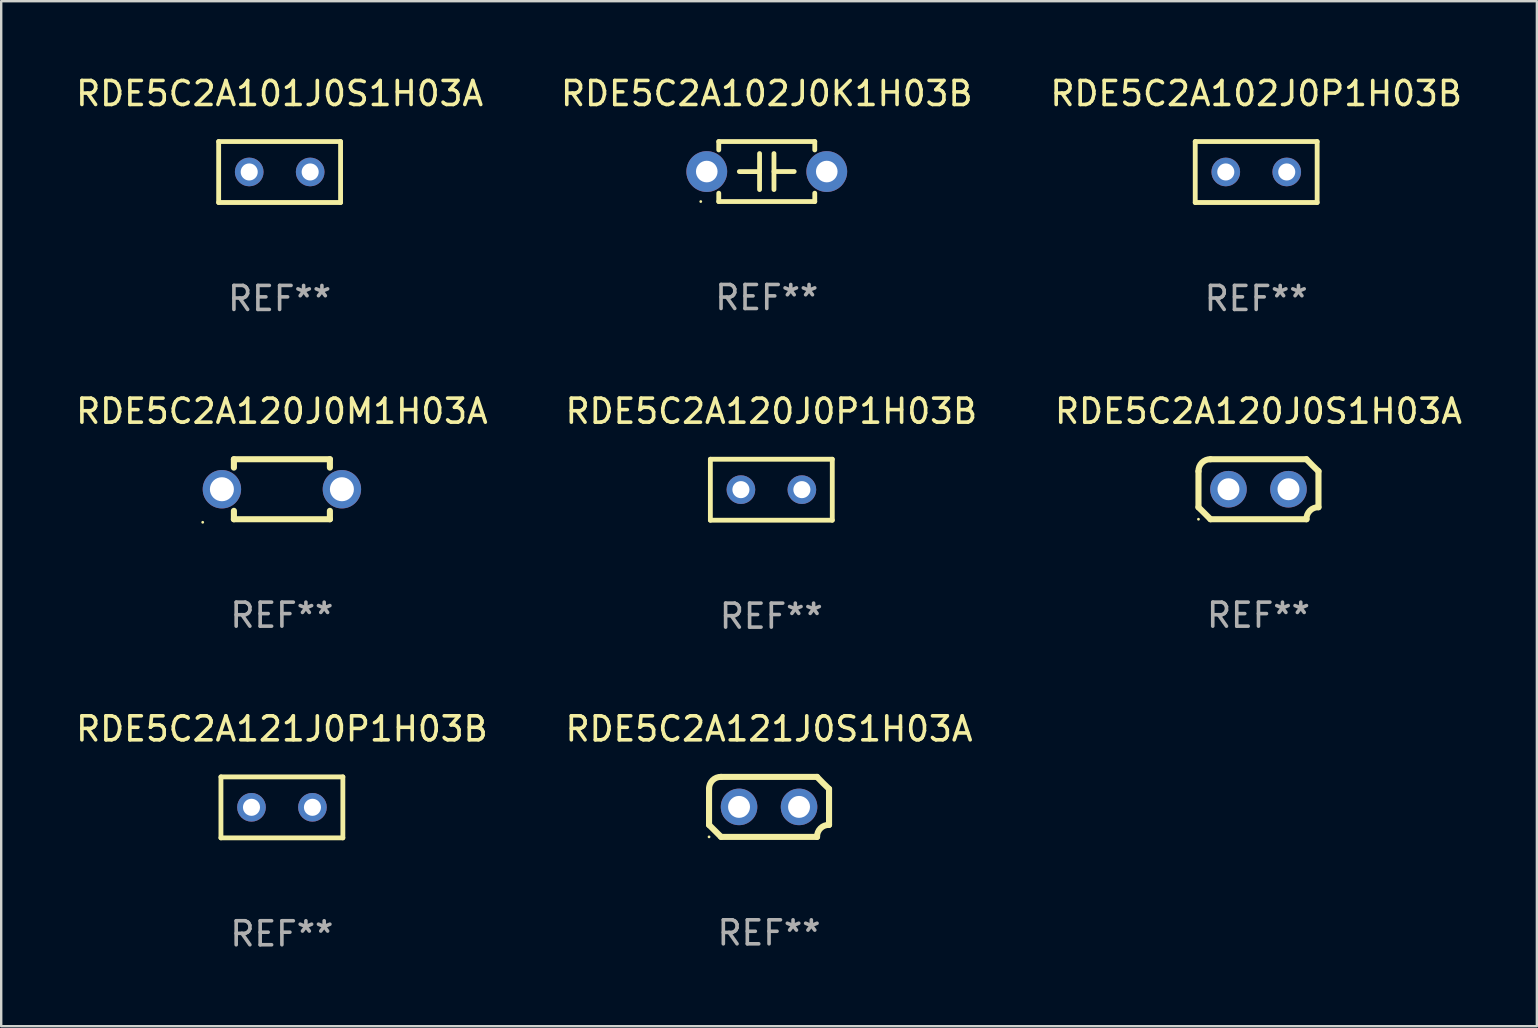
<source format=kicad_pcb>
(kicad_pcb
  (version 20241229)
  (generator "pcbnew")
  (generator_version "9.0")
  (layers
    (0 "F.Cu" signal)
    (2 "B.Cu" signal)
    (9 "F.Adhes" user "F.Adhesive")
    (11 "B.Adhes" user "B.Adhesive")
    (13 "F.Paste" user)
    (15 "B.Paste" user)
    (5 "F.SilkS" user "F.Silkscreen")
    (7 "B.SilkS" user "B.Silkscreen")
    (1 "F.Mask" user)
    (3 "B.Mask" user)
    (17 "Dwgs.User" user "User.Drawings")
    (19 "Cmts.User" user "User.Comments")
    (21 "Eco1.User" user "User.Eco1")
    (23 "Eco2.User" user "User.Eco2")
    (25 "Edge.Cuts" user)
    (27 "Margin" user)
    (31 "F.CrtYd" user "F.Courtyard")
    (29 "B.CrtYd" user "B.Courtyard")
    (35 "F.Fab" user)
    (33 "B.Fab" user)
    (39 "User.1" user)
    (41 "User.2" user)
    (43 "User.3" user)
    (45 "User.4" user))
  (footprint "RDE5C2A101J0S1H03A"
    (layer "F.Cu")
    (at 8.601 4.118)
    (property "Reference" "RDE5C2A101J0S1H03A" (at 0 -3.27 0) (layer "F.SilkS") (effects (font (size 1 1) (thickness 0.15))))
    (attr through_hole)
    (fp_line (start -2.54 -1.27) (end -2.54 1.27) (stroke (width 0.201) (type solid)) (layer "F.SilkS"))
    (fp_line (start -2.54 1.27) (end 2.54 1.27) (stroke (width 0.201) (type solid)) (layer "F.SilkS"))
    (fp_line (start 2.54 -1.27) (end -2.54 -1.27) (stroke (width 0.201) (type solid)) (layer "F.SilkS"))
    (fp_line (start 2.54 1.27) (end 2.54 -1.27) (stroke (width 0.201) (type solid)) (layer "F.SilkS"))
    (fp_circle (center -2.497 1.247) (end -2.467 1.247) (stroke (width 0.06) (type solid)) (fill no) (layer "F.SilkS"))
    (fp_text user "REF**" (at 0 5.27 0) (layer "F.Fab") (effects (font (size 1 1) (thickness 0.15))))
    (pad "1" thru_hole circle (at -1.267 -0.003) (size 1.194 1.194) (drill 0.711) (layers "*.Cu" "*.Mask"))
    (pad "2" thru_hole circle (at 1.273 -0.003) (size 1.194 1.194) (drill 0.711) (layers "*.Cu" "*.Mask")))
  (footprint "RDE5C2A121J0S1H03A"
    (layer "F.Cu")
    (at 28.994 30.571)
    (property "Reference" "RDE5C2A121J0S1H03A" (at 0 -3.25 0) (layer "F.SilkS") (effects (font (size 1 1) (thickness 0.15))))
    (attr through_hole)
    (fp_line (start -2.5 -0.75) (end -2.5 0.75) (stroke (width 0.254) (type solid)) (layer "F.SilkS"))
    (fp_line (start -2 -1.25) (end 2 -1.25) (stroke (width 0.254) (type solid)) (layer "F.SilkS"))
    (fp_line (start 2 1.25) (end -2 1.25) (stroke (width 0.254) (type solid)) (layer "F.SilkS"))
    (fp_line (start 2.5 0.75) (end 2.5 -0.75) (stroke (width 0.254) (type solid)) (layer "F.SilkS"))
    (fp_arc (start -2.5 0.749962) (mid -2.249559 0.999558) (end -1.99929 1.249325) (stroke (width 0.254001) (type solid)) (layer "F.SilkS"))
    (fp_arc (start -2.499366 -0.749302) (mid -2.356411 -1.106098) (end -2 -1.250013) (stroke (width 0.254001) (type solid)) (layer "F.SilkS"))
    (fp_arc (start 2 1.250013) (mid 2.142747 0.89301) (end 2.499364 0.749302) (stroke (width 0.254001) (type solid)) (layer "F.SilkS"))
    (fp_arc (start 2.5 -0.749962) (mid 2.245609 -0.995598) (end 1.999289 -1.249327) (stroke (width 0.254001) (type solid)) (layer "F.SilkS"))
    (fp_circle (center -2.5 1.25) (end -2.47 1.25) (stroke (width 0.06) (type solid)) (fill no) (layer "F.SilkS"))
    (fp_text user "REF**" (at 0 5.25 0) (layer "F.Fab") (effects (font (size 1 1) (thickness 0.15))))
    (pad "1" thru_hole circle (at -1.25 0) (size 1.524 1.524) (drill 0.914) (layers "*.Cu" "*.Mask"))
    (pad "2" thru_hole circle (at 1.25 0) (size 1.524 1.524) (drill 0.914) (layers "*.Cu" "*.Mask")))
  (footprint "RDE5C2A120J0S1H03A"
    (layer "F.Cu")
    (at 49.387 17.335)
    (property "Reference" "RDE5C2A120J0S1H03A" (at 0 -3.25 0) (layer "F.SilkS") (effects (font (size 1 1) (thickness 0.15))))
    (attr through_hole)
    (fp_line (start -2.5 -0.75) (end -2.5 0.75) (stroke (width 0.254) (type solid)) (layer "F.SilkS"))
    (fp_line (start -2 -1.25) (end 2 -1.25) (stroke (width 0.254) (type solid)) (layer "F.SilkS"))
    (fp_line (start 2 1.25) (end -2 1.25) (stroke (width 0.254) (type solid)) (layer "F.SilkS"))
    (fp_line (start 2.5 0.75) (end 2.5 -0.75) (stroke (width 0.254) (type solid)) (layer "F.SilkS"))
    (fp_arc (start -2.5 0.749962) (mid -2.249559 0.999558) (end -1.99929 1.249325) (stroke (width 0.254001) (type solid)) (layer "F.SilkS"))
    (fp_arc (start -2.499366 -0.749302) (mid -2.356411 -1.106098) (end -2 -1.250013) (stroke (width 0.254001) (type solid)) (layer "F.SilkS"))
    (fp_arc (start 2 1.250013) (mid 2.142747 0.89301) (end 2.499364 0.749302) (stroke (width 0.254001) (type solid)) (layer "F.SilkS"))
    (fp_arc (start 2.5 -0.749962) (mid 2.245609 -0.995598) (end 1.999289 -1.249327) (stroke (width 0.254001) (type solid)) (layer "F.SilkS"))
    (fp_circle (center -2.5 1.25) (end -2.47 1.25) (stroke (width 0.06) (type solid)) (fill no) (layer "F.SilkS"))
    (fp_text user "REF**" (at 0 5.25 0) (layer "F.Fab") (effects (font (size 1 1) (thickness 0.15))))
    (pad "1" thru_hole circle (at -1.25 0) (size 1.524 1.524) (drill 0.914) (layers "*.Cu" "*.Mask"))
    (pad "2" thru_hole circle (at 1.25 0) (size 1.524 1.524) (drill 0.914) (layers "*.Cu" "*.Mask")))
  (footprint "RDE5C2A121J0P1H03B"
    (layer "F.Cu")
    (at 8.696 30.591)
    (property "Reference" "RDE5C2A121J0P1H03B" (at 0 -3.27 0) (layer "F.SilkS") (effects (font (size 1 1) (thickness 0.15))))
    (attr through_hole)
    (fp_line (start -2.54 -1.27) (end -2.54 1.27) (stroke (width 0.201) (type solid)) (layer "F.SilkS"))
    (fp_line (start -2.54 1.27) (end 2.54 1.27) (stroke (width 0.201) (type solid)) (layer "F.SilkS"))
    (fp_line (start 2.54 -1.27) (end -2.54 -1.27) (stroke (width 0.201) (type solid)) (layer "F.SilkS"))
    (fp_line (start 2.54 1.27) (end 2.54 -1.27) (stroke (width 0.201) (type solid)) (layer "F.SilkS"))
    (fp_circle (center -2.497 1.247) (end -2.467 1.247) (stroke (width 0.06) (type solid)) (fill no) (layer "F.SilkS"))
    (fp_text user "REF**" (at 0 5.27 0) (layer "F.Fab") (effects (font (size 1 1) (thickness 0.15))))
    (pad "1" thru_hole circle (at -1.267 -0.003) (size 1.194 1.194) (drill 0.711) (layers "*.Cu" "*.Mask"))
    (pad "2" thru_hole circle (at 1.273 -0.003) (size 1.194 1.194) (drill 0.711) (layers "*.Cu" "*.Mask")))
  (footprint "RDE5C2A102J0K1H03B"
    (layer "F.Cu")
    (at 28.899 4.098)
    (property "Reference" "RDE5C2A102J0K1H03B" (at 0 -3.25 0) (layer "F.SilkS") (effects (font (size 1 1) (thickness 0.15))))
    (attr through_hole)
    (fp_line (start -2 -1.25) (end -2 -0.901) (stroke (width 0.2) (type solid)) (layer "F.SilkS"))
    (fp_line (start -2 -1.25) (end 2 -1.25) (stroke (width 0.2) (type solid)) (layer "F.SilkS"))
    (fp_line (start -2 0.901) (end -2 1.25) (stroke (width 0.2) (type solid)) (layer "F.SilkS"))
    (fp_line (start -0.3 -0.75) (end -0.3 0.75) (stroke (width 0.2) (type solid)) (layer "F.SilkS"))
    (fp_line (start -0.3 0.001) (end -1.143 0.001) (stroke (width 0.2) (type solid)) (layer "F.SilkS"))
    (fp_line (start 0.3 -0.001) (end 1.143 -0.001) (stroke (width 0.2) (type solid)) (layer "F.SilkS"))
    (fp_line (start 0.3 0.75) (end 0.3 -0.75) (stroke (width 0.2) (type solid)) (layer "F.SilkS"))
    (fp_line (start 2 -1.25) (end 2 -0.901) (stroke (width 0.2) (type solid)) (layer "F.SilkS"))
    (fp_line (start 2 0.901) (end 2 1.25) (stroke (width 0.2) (type solid)) (layer "F.SilkS"))
    (fp_line (start 2 1.25) (end -2 1.25) (stroke (width 0.2) (type solid)) (layer "F.SilkS"))
    (fp_circle (center -2.75 1.25) (end -2.72 1.25) (stroke (width 0.06) (type solid)) (fill no) (layer "F.SilkS"))
    (fp_text user "REF**" (at 0 5.25 0) (layer "F.Fab") (effects (font (size 1 1) (thickness 0.15))))
    (pad "1" thru_hole circle (at -2.5 0) (size 1.7 1.7) (drill 0.9) (layers "*.Cu" "*.Mask"))
    (pad "2" thru_hole circle (at 2.5 0) (size 1.7 1.7) (drill 0.9) (layers "*.Cu" "*.Mask")))
  (footprint "RDE5C2A120J0M1H03A"
    (layer "F.Cu")
    (at 8.696 17.335)
    (property "Reference" "RDE5C2A120J0M1H03A" (at 0 -3.25 0) (layer "F.SilkS") (effects (font (size 1 1) (thickness 0.15))))
    (attr through_hole)
    (fp_line (start -2 -1.25) (end -2 -0.901) (stroke (width 0.254) (type solid)) (layer "F.SilkS"))
    (fp_line (start -2 -1.25) (end 2 -1.25) (stroke (width 0.254) (type solid)) (layer "F.SilkS"))
    (fp_line (start -2 0.901) (end -2 1.25) (stroke (width 0.254) (type solid)) (layer "F.SilkS"))
    (fp_line (start 2 -1.25) (end 2 -0.901) (stroke (width 0.254) (type solid)) (layer "F.SilkS"))
    (fp_line (start 2 0.901) (end 2 1.25) (stroke (width 0.254) (type solid)) (layer "F.SilkS"))
    (fp_line (start 2 1.25) (end -2 1.25) (stroke (width 0.254) (type solid)) (layer "F.SilkS"))
    (fp_circle (center -3.3 1.377) (end -3.27 1.377) (stroke (width 0.06) (type solid)) (fill no) (layer "F.SilkS"))
    (fp_text user "REF**" (at 0 5.25 0) (layer "F.Fab") (effects (font (size 1 1) (thickness 0.15))))
    (pad "1" thru_hole circle (at -2.5 0) (size 1.6 1.6) (drill 1) (layers "*.Cu" "*.Mask"))
    (pad "2" thru_hole circle (at 2.5 0) (size 1.6 1.6) (drill 1) (layers "*.Cu" "*.Mask")))
  (footprint "RDE5C2A120J0P1H03B"
    (layer "F.Cu")
    (at 29.089 17.355)
    (property "Reference" "RDE5C2A120J0P1H03B" (at 0 -3.27 0) (layer "F.SilkS") (effects (font (size 1 1) (thickness 0.15))))
    (attr through_hole)
    (fp_line (start -2.54 -1.27) (end -2.54 1.27) (stroke (width 0.201) (type solid)) (layer "F.SilkS"))
    (fp_line (start -2.54 1.27) (end 2.54 1.27) (stroke (width 0.201) (type solid)) (layer "F.SilkS"))
    (fp_line (start 2.54 -1.27) (end -2.54 -1.27) (stroke (width 0.201) (type solid)) (layer "F.SilkS"))
    (fp_line (start 2.54 1.27) (end 2.54 -1.27) (stroke (width 0.201) (type solid)) (layer "F.SilkS"))
    (fp_circle (center -2.497 1.247) (end -2.467 1.247) (stroke (width 0.06) (type solid)) (fill no) (layer "F.SilkS"))
    (fp_text user "REF**" (at 0 5.27 0) (layer "F.Fab") (effects (font (size 1 1) (thickness 0.15))))
    (pad "1" thru_hole circle (at -1.267 -0.003) (size 1.194 1.194) (drill 0.711) (layers "*.Cu" "*.Mask"))
    (pad "2" thru_hole circle (at 1.273 -0.003) (size 1.194 1.194) (drill 0.711) (layers "*.Cu" "*.Mask")))
  (footprint "RDE5C2A102J0P1H03B"
    (layer "F.Cu")
    (at 49.292 4.118)
    (property "Reference" "RDE5C2A102J0P1H03B" (at 0 -3.27 0) (layer "F.SilkS") (effects (font (size 1 1) (thickness 0.15))))
    (attr through_hole)
    (fp_line (start -2.54 -1.27) (end -2.54 1.27) (stroke (width 0.201) (type solid)) (layer "F.SilkS"))
    (fp_line (start -2.54 1.27) (end 2.54 1.27) (stroke (width 0.201) (type solid)) (layer "F.SilkS"))
    (fp_line (start 2.54 -1.27) (end -2.54 -1.27) (stroke (width 0.201) (type solid)) (layer "F.SilkS"))
    (fp_line (start 2.54 1.27) (end 2.54 -1.27) (stroke (width 0.201) (type solid)) (layer "F.SilkS"))
    (fp_circle (center -2.497 1.247) (end -2.467 1.247) (stroke (width 0.06) (type solid)) (fill no) (layer "F.SilkS"))
    (fp_text user "REF**" (at 0 5.27 0) (layer "F.Fab") (effects (font (size 1 1) (thickness 0.15))))
    (pad "1" thru_hole circle (at -1.267 -0.003) (size 1.194 1.194) (drill 0.711) (layers "*.Cu" "*.Mask"))
    (pad "2" thru_hole circle (at 1.273 -0.003) (size 1.194 1.194) (drill 0.711) (layers "*.Cu" "*.Mask")))
  (gr_rect
    (start -3 -3)
    (end 60.988 39.71)
    (stroke (width 0.1) (type default))
    (fill no)
    (layer "Edge.Cuts")))
</source>
